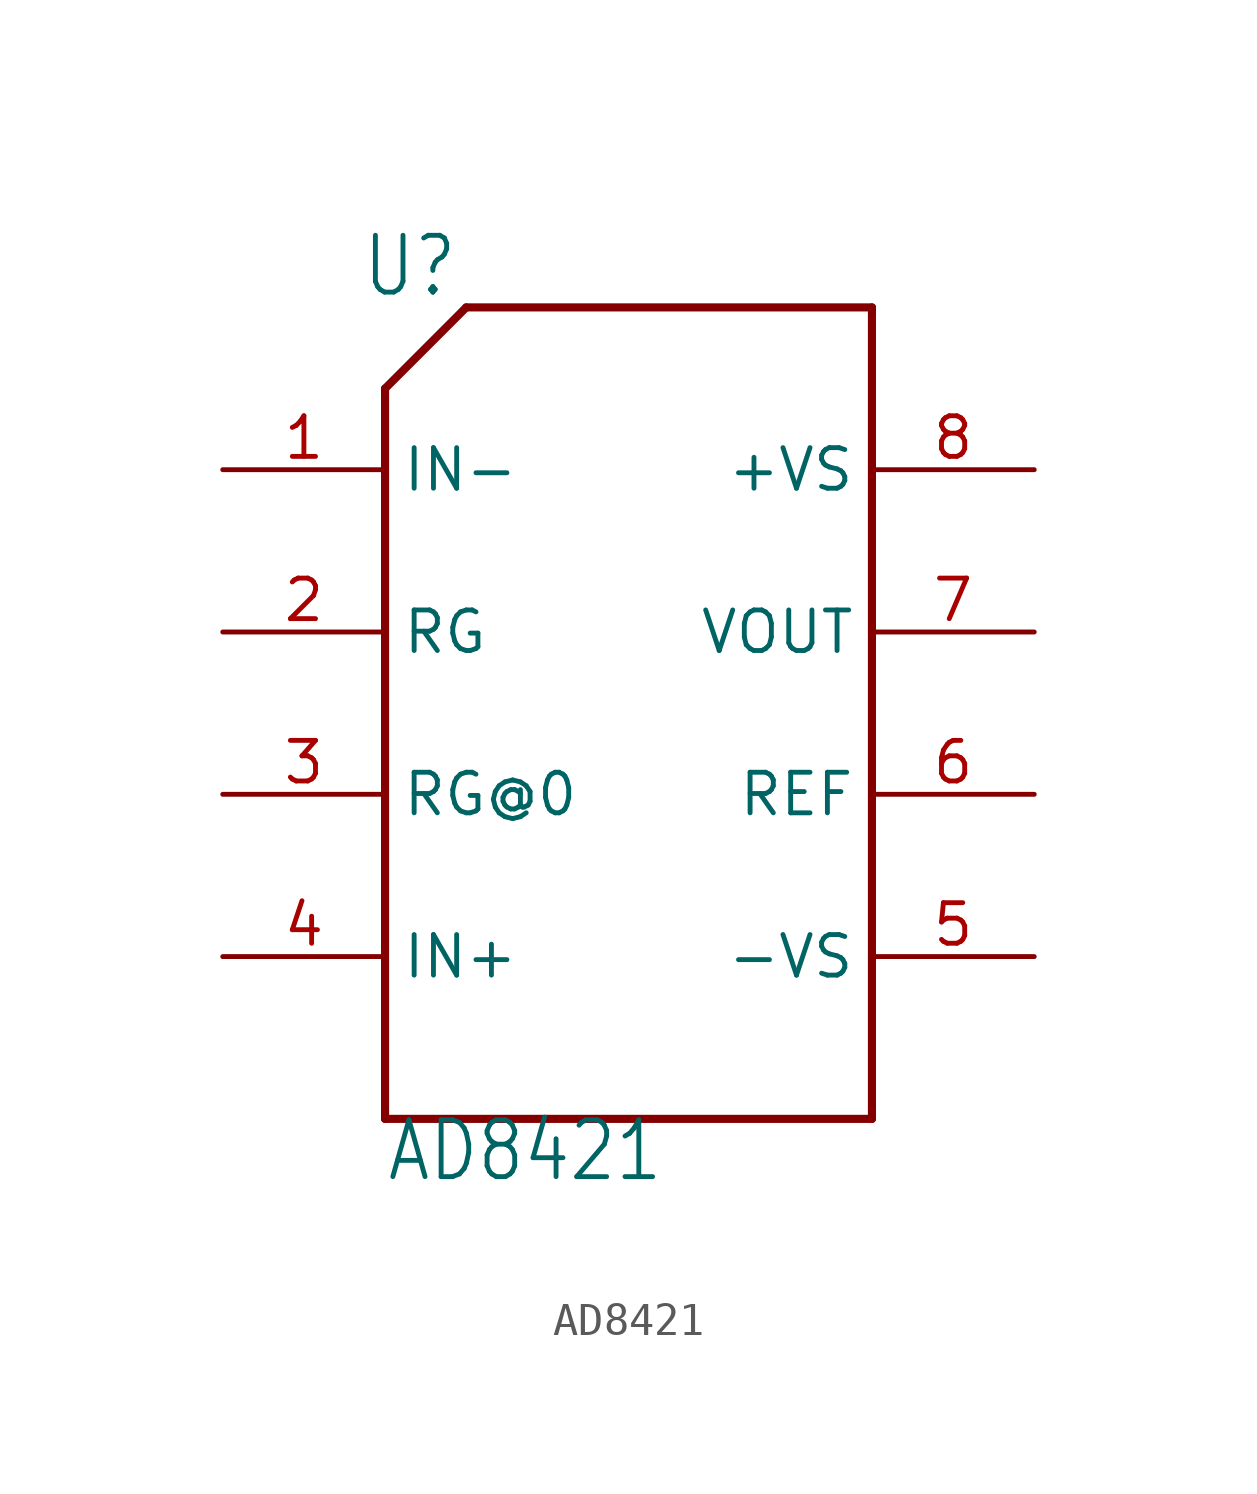
<source format=kicad_sym>
(kicad_symbol_lib
  (version 20211014)
  (generator kicad_symbol_editor)
  (symbol "AD8421"
    (property "Reference" "U"
      (at -8.382 12.954 0)
      (effects (font (size 1.778 1.511)) (justify left bottom)))
    (property "Value" "AD8421"
      (at -7.62 -14.732 0)
      (effects (font (size 1.778 1.511)) (justify left bottom)))
    (property "ki_locked" ""
      (at 0 0 0)
      (effects (font (size 1.27 1.27))))
    (symbol "AD8421_1_0"
      (polyline (pts (xy -7.62 -12.7) (xy -7.62 10.16)) (stroke (width 0.254) (type default) (color 0 0 0 0)) (fill (type none)))
      (polyline (pts (xy -7.62 10.16) (xy -5.08 12.7)) (stroke (width 0.254) (type default) (color 0 0 0 0)) (fill (type none)))
      (polyline (pts (xy -5.08 12.7) (xy 7.62 12.7)) (stroke (width 0.254) (type default) (color 0 0 0 0)) (fill (type none)))
      (polyline (pts (xy 7.62 -12.7) (xy -7.62 -12.7)) (stroke (width 0.254) (type default) (color 0 0 0 0)) (fill (type none)))
      (polyline (pts (xy 7.62 12.7) (xy 7.62 -12.7)) (stroke (width 0.254) (type default) (color 0 0 0 0)) (fill (type none)))
      (pin bidirectional line (at -12.7 7.62 0) (length 5.08) (name "IN-" (effects (font (size 1.27 1.27)))) (number "1" (effects (font (size 1.27 1.27)))))
      (pin bidirectional line (at -12.7 2.54 0) (length 5.08) (name "RG" (effects (font (size 1.27 1.27)))) (number "2" (effects (font (size 1.27 1.27)))))
      (pin bidirectional line (at -12.7 -2.54 0) (length 5.08) (name "RG@0" (effects (font (size 1.27 1.27)))) (number "3" (effects (font (size 1.27 1.27)))))
      (pin bidirectional line (at -12.7 -7.62 0) (length 5.08) (name "IN+" (effects (font (size 1.27 1.27)))) (number "4" (effects (font (size 1.27 1.27)))))
      (pin bidirectional line (at 12.7 -7.62 180) (length 5.08) (name "-VS" (effects (font (size 1.27 1.27)))) (number "5" (effects (font (size 1.27 1.27)))))
      (pin bidirectional line (at 12.7 -2.54 180) (length 5.08) (name "REF" (effects (font (size 1.27 1.27)))) (number "6" (effects (font (size 1.27 1.27)))))
      (pin bidirectional line (at 12.7 2.54 180) (length 5.08) (name "VOUT" (effects (font (size 1.27 1.27)))) (number "7" (effects (font (size 1.27 1.27)))))
      (pin bidirectional line (at 12.7 7.62 180) (length 5.08) (name "+VS" (effects (font (size 1.27 1.27)))) (number "8" (effects (font (size 1.27 1.27))))))))
</source>
